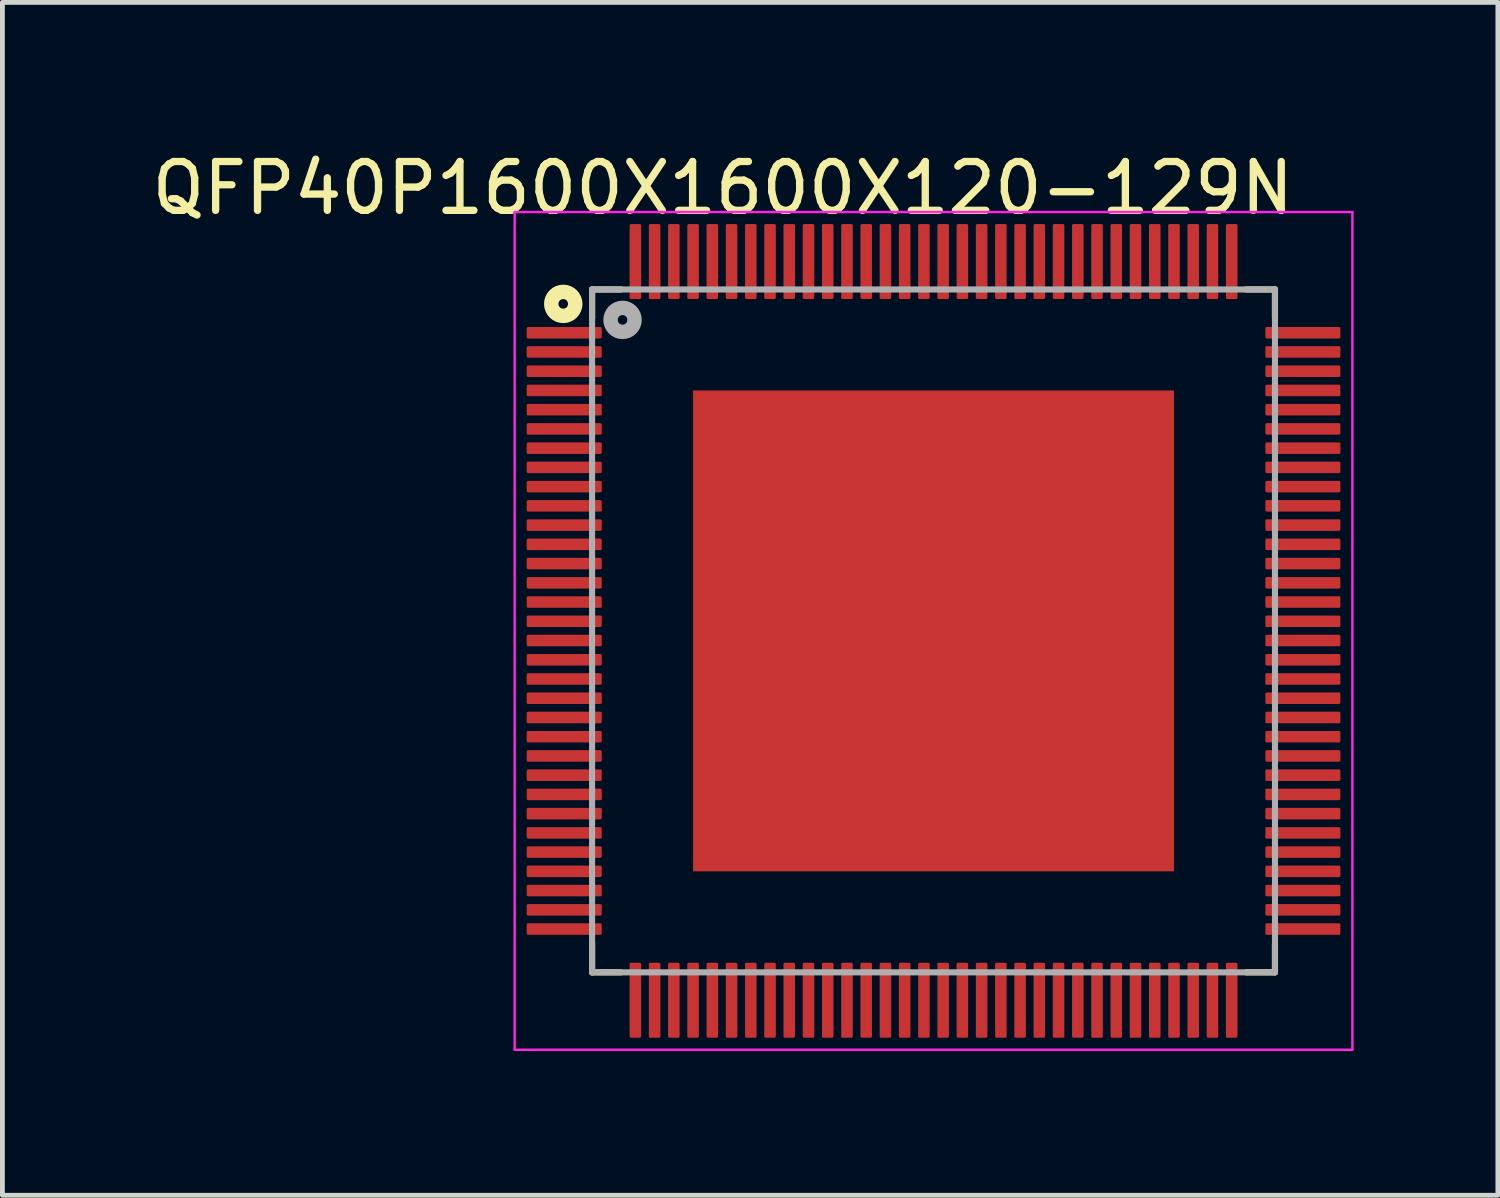
<source format=kicad_pcb>
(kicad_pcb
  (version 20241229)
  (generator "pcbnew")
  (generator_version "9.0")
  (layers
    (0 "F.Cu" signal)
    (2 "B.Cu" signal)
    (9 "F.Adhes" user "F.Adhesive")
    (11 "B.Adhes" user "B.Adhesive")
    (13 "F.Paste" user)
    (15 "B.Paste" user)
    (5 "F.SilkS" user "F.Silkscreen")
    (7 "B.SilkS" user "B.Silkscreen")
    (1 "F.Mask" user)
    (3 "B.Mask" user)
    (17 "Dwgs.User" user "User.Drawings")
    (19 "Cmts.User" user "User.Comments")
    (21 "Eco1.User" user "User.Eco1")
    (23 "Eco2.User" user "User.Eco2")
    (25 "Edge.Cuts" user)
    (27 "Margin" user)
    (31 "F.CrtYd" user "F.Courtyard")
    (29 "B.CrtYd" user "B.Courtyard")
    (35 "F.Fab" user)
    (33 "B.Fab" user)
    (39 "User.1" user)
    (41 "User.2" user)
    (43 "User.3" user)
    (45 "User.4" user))
  (footprint "QFP40P1600X1600X120-129N"
    (layer "F.Cu")
    (at 16.362 10.069)
    (property "Reference" "QFP40P1600X1600X120-129N" (at -4.381 -9.207 0) (layer "F.SilkS") (effects (font (size 1.016 1.016) (thickness 0.152))))
    (attr smd)
    (fp_line (start -7.1 -7.1) (end -7.1 -6.5) (stroke (width 0.127) (type solid)) (layer "F.SilkS"))
    (fp_line (start -7.1 -7.1) (end -6.5 -7.1) (stroke (width 0.127) (type solid)) (layer "F.SilkS"))
    (fp_line (start -7.1 7.1) (end -7.1 6.5) (stroke (width 0.127) (type solid)) (layer "F.SilkS"))
    (fp_line (start -7.1 7.1) (end -6.5 7.1) (stroke (width 0.127) (type solid)) (layer "F.SilkS"))
    (fp_line (start 7.1 -7.1) (end 6.5 -7.1) (stroke (width 0.127) (type solid)) (layer "F.SilkS"))
    (fp_line (start 7.1 -7.1) (end 7.1 -6.5) (stroke (width 0.127) (type solid)) (layer "F.SilkS"))
    (fp_line (start 7.1 7.1) (end 6.5 7.1) (stroke (width 0.127) (type solid)) (layer "F.SilkS"))
    (fp_line (start 7.1 7.1) (end 7.1 6.5) (stroke (width 0.127) (type solid)) (layer "F.SilkS"))
    (fp_circle (center -7.7 -6.8) (end -7.6 -6.8) (stroke (width 0.3) (type solid)) (fill no) (layer "F.SilkS"))
    (fp_poly (pts (xy -3.163 -3.162) (xy 3.162 -3.162) (xy 3.162 3.163) (xy -3.163 3.163)) (stroke (width 0.01) (type solid)) (fill yes) (layer "F.Paste"))
    (fp_line (start -8.71 -8.71) (end 8.71 -8.71) (stroke (width 0.05) (type solid)) (layer "F.CrtYd"))
    (fp_line (start -8.71 8.71) (end -8.71 -8.71) (stroke (width 0.05) (type solid)) (layer "F.CrtYd"))
    (fp_line (start -8.71 8.71) (end 8.71 8.71) (stroke (width 0.05) (type solid)) (layer "F.CrtYd"))
    (fp_line (start 8.71 8.71) (end 8.71 -8.71) (stroke (width 0.05) (type solid)) (layer "F.CrtYd"))
    (fp_line (start -7.1 -7.1) (end 7.1 -7.1) (stroke (width 0.127) (type solid)) (layer "F.Fab"))
    (fp_line (start -7.1 7.1) (end -7.1 -7.1) (stroke (width 0.127) (type solid)) (layer "F.Fab"))
    (fp_line (start -7.1 7.1) (end 7.1 7.1) (stroke (width 0.127) (type solid)) (layer "F.Fab"))
    (fp_line (start 7.1 7.1) (end 7.1 -7.1) (stroke (width 0.127) (type solid)) (layer "F.Fab"))
    (fp_circle (center -6.467 -6.467) (end -6.367 -6.467) (stroke (width 0.3) (type solid)) (fill no) (layer "F.Fab"))
    (pad "1" smd roundrect (at -7.68 -6.2) (size 1.56 0.24) (layers "F.Cu" "F.Mask" "F.Paste") (roundrect_rratio 0.125))
    (pad "2" smd roundrect (at -7.68 -5.8) (size 1.56 0.24) (layers "F.Cu" "F.Mask" "F.Paste") (roundrect_rratio 0.125))
    (pad "3" smd roundrect (at -7.68 -5.4) (size 1.56 0.24) (layers "F.Cu" "F.Mask" "F.Paste") (roundrect_rratio 0.125))
    (pad "4" smd roundrect (at -7.68 -5) (size 1.56 0.24) (layers "F.Cu" "F.Mask" "F.Paste") (roundrect_rratio 0.125))
    (pad "5" smd roundrect (at -7.68 -4.6) (size 1.56 0.24) (layers "F.Cu" "F.Mask" "F.Paste") (roundrect_rratio 0.125))
    (pad "6" smd roundrect (at -7.68 -4.2) (size 1.56 0.24) (layers "F.Cu" "F.Mask" "F.Paste") (roundrect_rratio 0.125))
    (pad "7" smd roundrect (at -7.68 -3.8) (size 1.56 0.24) (layers "F.Cu" "F.Mask" "F.Paste") (roundrect_rratio 0.125))
    (pad "8" smd roundrect (at -7.68 -3.4) (size 1.56 0.24) (layers "F.Cu" "F.Mask" "F.Paste") (roundrect_rratio 0.125))
    (pad "9" smd roundrect (at -7.68 -3) (size 1.56 0.24) (layers "F.Cu" "F.Mask" "F.Paste") (roundrect_rratio 0.125))
    (pad "10" smd roundrect (at -7.68 -2.6) (size 1.56 0.24) (layers "F.Cu" "F.Mask" "F.Paste") (roundrect_rratio 0.125))
    (pad "11" smd roundrect (at -7.68 -2.2) (size 1.56 0.24) (layers "F.Cu" "F.Mask" "F.Paste") (roundrect_rratio 0.125))
    (pad "12" smd roundrect (at -7.68 -1.8) (size 1.56 0.24) (layers "F.Cu" "F.Mask" "F.Paste") (roundrect_rratio 0.125))
    (pad "13" smd roundrect (at -7.68 -1.4) (size 1.56 0.24) (layers "F.Cu" "F.Mask" "F.Paste") (roundrect_rratio 0.125))
    (pad "14" smd roundrect (at -7.68 -1) (size 1.56 0.24) (layers "F.Cu" "F.Mask" "F.Paste") (roundrect_rratio 0.125))
    (pad "15" smd roundrect (at -7.68 -0.6) (size 1.56 0.24) (layers "F.Cu" "F.Mask" "F.Paste") (roundrect_rratio 0.125))
    (pad "16" smd roundrect (at -7.68 -0.2) (size 1.56 0.24) (layers "F.Cu" "F.Mask" "F.Paste") (roundrect_rratio 0.125))
    (pad "17" smd roundrect (at -7.68 0.2) (size 1.56 0.24) (layers "F.Cu" "F.Mask" "F.Paste") (roundrect_rratio 0.125))
    (pad "18" smd roundrect (at -7.68 0.6) (size 1.56 0.24) (layers "F.Cu" "F.Mask" "F.Paste") (roundrect_rratio 0.125))
    (pad "19" smd roundrect (at -7.68 1) (size 1.56 0.24) (layers "F.Cu" "F.Mask" "F.Paste") (roundrect_rratio 0.125))
    (pad "20" smd roundrect (at -7.68 1.4) (size 1.56 0.24) (layers "F.Cu" "F.Mask" "F.Paste") (roundrect_rratio 0.125))
    (pad "21" smd roundrect (at -7.68 1.8) (size 1.56 0.24) (layers "F.Cu" "F.Mask" "F.Paste") (roundrect_rratio 0.125))
    (pad "22" smd roundrect (at -7.68 2.2) (size 1.56 0.24) (layers "F.Cu" "F.Mask" "F.Paste") (roundrect_rratio 0.125))
    (pad "23" smd roundrect (at -7.68 2.6) (size 1.56 0.24) (layers "F.Cu" "F.Mask" "F.Paste") (roundrect_rratio 0.125))
    (pad "24" smd roundrect (at -7.68 3) (size 1.56 0.24) (layers "F.Cu" "F.Mask" "F.Paste") (roundrect_rratio 0.125))
    (pad "25" smd roundrect (at -7.68 3.4) (size 1.56 0.24) (layers "F.Cu" "F.Mask" "F.Paste") (roundrect_rratio 0.125))
    (pad "26" smd roundrect (at -7.68 3.8) (size 1.56 0.24) (layers "F.Cu" "F.Mask" "F.Paste") (roundrect_rratio 0.125))
    (pad "27" smd roundrect (at -7.68 4.2) (size 1.56 0.24) (layers "F.Cu" "F.Mask" "F.Paste") (roundrect_rratio 0.125))
    (pad "28" smd roundrect (at -7.68 4.6) (size 1.56 0.24) (layers "F.Cu" "F.Mask" "F.Paste") (roundrect_rratio 0.125))
    (pad "29" smd roundrect (at -7.68 5) (size 1.56 0.24) (layers "F.Cu" "F.Mask" "F.Paste") (roundrect_rratio 0.125))
    (pad "30" smd roundrect (at -7.68 5.4) (size 1.56 0.24) (layers "F.Cu" "F.Mask" "F.Paste") (roundrect_rratio 0.125))
    (pad "31" smd roundrect (at -7.68 5.8) (size 1.56 0.24) (layers "F.Cu" "F.Mask" "F.Paste") (roundrect_rratio 0.125))
    (pad "32" smd roundrect (at -7.68 6.2) (size 1.56 0.24) (layers "F.Cu" "F.Mask" "F.Paste") (roundrect_rratio 0.125))
    (pad "33" smd roundrect (at -6.2 7.68) (size 0.24 1.56) (layers "F.Cu" "F.Mask" "F.Paste") (roundrect_rratio 0.125))
    (pad "34" smd roundrect (at -5.8 7.68) (size 0.24 1.56) (layers "F.Cu" "F.Mask" "F.Paste") (roundrect_rratio 0.125))
    (pad "35" smd roundrect (at -5.4 7.68) (size 0.24 1.56) (layers "F.Cu" "F.Mask" "F.Paste") (roundrect_rratio 0.125))
    (pad "36" smd roundrect (at -5 7.68) (size 0.24 1.56) (layers "F.Cu" "F.Mask" "F.Paste") (roundrect_rratio 0.125))
    (pad "37" smd roundrect (at -4.6 7.68) (size 0.24 1.56) (layers "F.Cu" "F.Mask" "F.Paste") (roundrect_rratio 0.125))
    (pad "38" smd roundrect (at -4.2 7.68) (size 0.24 1.56) (layers "F.Cu" "F.Mask" "F.Paste") (roundrect_rratio 0.125))
    (pad "39" smd roundrect (at -3.8 7.68) (size 0.24 1.56) (layers "F.Cu" "F.Mask" "F.Paste") (roundrect_rratio 0.125))
    (pad "40" smd roundrect (at -3.4 7.68) (size 0.24 1.56) (layers "F.Cu" "F.Mask" "F.Paste") (roundrect_rratio 0.125))
    (pad "41" smd roundrect (at -3 7.68) (size 0.24 1.56) (layers "F.Cu" "F.Mask" "F.Paste") (roundrect_rratio 0.125))
    (pad "42" smd roundrect (at -2.6 7.68) (size 0.24 1.56) (layers "F.Cu" "F.Mask" "F.Paste") (roundrect_rratio 0.125))
    (pad "43" smd roundrect (at -2.2 7.68) (size 0.24 1.56) (layers "F.Cu" "F.Mask" "F.Paste") (roundrect_rratio 0.125))
    (pad "44" smd roundrect (at -1.8 7.68) (size 0.24 1.56) (layers "F.Cu" "F.Mask" "F.Paste") (roundrect_rratio 0.125))
    (pad "45" smd roundrect (at -1.4 7.68) (size 0.24 1.56) (layers "F.Cu" "F.Mask" "F.Paste") (roundrect_rratio 0.125))
    (pad "46" smd roundrect (at -1 7.68) (size 0.24 1.56) (layers "F.Cu" "F.Mask" "F.Paste") (roundrect_rratio 0.125))
    (pad "47" smd roundrect (at -0.6 7.68) (size 0.24 1.56) (layers "F.Cu" "F.Mask" "F.Paste") (roundrect_rratio 0.125))
    (pad "48" smd roundrect (at -0.2 7.68) (size 0.24 1.56) (layers "F.Cu" "F.Mask" "F.Paste") (roundrect_rratio 0.125))
    (pad "49" smd roundrect (at 0.2 7.68) (size 0.24 1.56) (layers "F.Cu" "F.Mask" "F.Paste") (roundrect_rratio 0.125))
    (pad "50" smd roundrect (at 0.6 7.68) (size 0.24 1.56) (layers "F.Cu" "F.Mask" "F.Paste") (roundrect_rratio 0.125))
    (pad "51" smd roundrect (at 1 7.68) (size 0.24 1.56) (layers "F.Cu" "F.Mask" "F.Paste") (roundrect_rratio 0.125))
    (pad "52" smd roundrect (at 1.4 7.68) (size 0.24 1.56) (layers "F.Cu" "F.Mask" "F.Paste") (roundrect_rratio 0.125))
    (pad "53" smd roundrect (at 1.8 7.68) (size 0.24 1.56) (layers "F.Cu" "F.Mask" "F.Paste") (roundrect_rratio 0.125))
    (pad "54" smd roundrect (at 2.2 7.68) (size 0.24 1.56) (layers "F.Cu" "F.Mask" "F.Paste") (roundrect_rratio 0.125))
    (pad "55" smd roundrect (at 2.6 7.68) (size 0.24 1.56) (layers "F.Cu" "F.Mask" "F.Paste") (roundrect_rratio 0.125))
    (pad "56" smd roundrect (at 3 7.68) (size 0.24 1.56) (layers "F.Cu" "F.Mask" "F.Paste") (roundrect_rratio 0.125))
    (pad "57" smd roundrect (at 3.4 7.68) (size 0.24 1.56) (layers "F.Cu" "F.Mask" "F.Paste") (roundrect_rratio 0.125))
    (pad "58" smd roundrect (at 3.8 7.68) (size 0.24 1.56) (layers "F.Cu" "F.Mask" "F.Paste") (roundrect_rratio 0.125))
    (pad "59" smd roundrect (at 4.2 7.68) (size 0.24 1.56) (layers "F.Cu" "F.Mask" "F.Paste") (roundrect_rratio 0.125))
    (pad "60" smd roundrect (at 4.6 7.68) (size 0.24 1.56) (layers "F.Cu" "F.Mask" "F.Paste") (roundrect_rratio 0.125))
    (pad "61" smd roundrect (at 5 7.68) (size 0.24 1.56) (layers "F.Cu" "F.Mask" "F.Paste") (roundrect_rratio 0.125))
    (pad "62" smd roundrect (at 5.4 7.68) (size 0.24 1.56) (layers "F.Cu" "F.Mask" "F.Paste") (roundrect_rratio 0.125))
    (pad "63" smd roundrect (at 5.8 7.68) (size 0.24 1.56) (layers "F.Cu" "F.Mask" "F.Paste") (roundrect_rratio 0.125))
    (pad "64" smd roundrect (at 6.2 7.68) (size 0.24 1.56) (layers "F.Cu" "F.Mask" "F.Paste") (roundrect_rratio 0.125))
    (pad "65" smd roundrect (at 7.68 6.2) (size 1.56 0.24) (layers "F.Cu" "F.Mask" "F.Paste") (roundrect_rratio 0.125))
    (pad "66" smd roundrect (at 7.68 5.8) (size 1.56 0.24) (layers "F.Cu" "F.Mask" "F.Paste") (roundrect_rratio 0.125))
    (pad "67" smd roundrect (at 7.68 5.4) (size 1.56 0.24) (layers "F.Cu" "F.Mask" "F.Paste") (roundrect_rratio 0.125))
    (pad "68" smd roundrect (at 7.68 5) (size 1.56 0.24) (layers "F.Cu" "F.Mask" "F.Paste") (roundrect_rratio 0.125))
    (pad "69" smd roundrect (at 7.68 4.6) (size 1.56 0.24) (layers "F.Cu" "F.Mask" "F.Paste") (roundrect_rratio 0.125))
    (pad "70" smd roundrect (at 7.68 4.2) (size 1.56 0.24) (layers "F.Cu" "F.Mask" "F.Paste") (roundrect_rratio 0.125))
    (pad "71" smd roundrect (at 7.68 3.8) (size 1.56 0.24) (layers "F.Cu" "F.Mask" "F.Paste") (roundrect_rratio 0.125))
    (pad "72" smd roundrect (at 7.68 3.4) (size 1.56 0.24) (layers "F.Cu" "F.Mask" "F.Paste") (roundrect_rratio 0.125))
    (pad "73" smd roundrect (at 7.68 3) (size 1.56 0.24) (layers "F.Cu" "F.Mask" "F.Paste") (roundrect_rratio 0.125))
    (pad "74" smd roundrect (at 7.68 2.6) (size 1.56 0.24) (layers "F.Cu" "F.Mask" "F.Paste") (roundrect_rratio 0.125))
    (pad "75" smd roundrect (at 7.68 2.2) (size 1.56 0.24) (layers "F.Cu" "F.Mask" "F.Paste") (roundrect_rratio 0.125))
    (pad "76" smd roundrect (at 7.68 1.8) (size 1.56 0.24) (layers "F.Cu" "F.Mask" "F.Paste") (roundrect_rratio 0.125))
    (pad "77" smd roundrect (at 7.68 1.4) (size 1.56 0.24) (layers "F.Cu" "F.Mask" "F.Paste") (roundrect_rratio 0.125))
    (pad "78" smd roundrect (at 7.68 1) (size 1.56 0.24) (layers "F.Cu" "F.Mask" "F.Paste") (roundrect_rratio 0.125))
    (pad "79" smd roundrect (at 7.68 0.6) (size 1.56 0.24) (layers "F.Cu" "F.Mask" "F.Paste") (roundrect_rratio 0.125))
    (pad "80" smd roundrect (at 7.68 0.2) (size 1.56 0.24) (layers "F.Cu" "F.Mask" "F.Paste") (roundrect_rratio 0.125))
    (pad "81" smd roundrect (at 7.68 -0.2) (size 1.56 0.24) (layers "F.Cu" "F.Mask" "F.Paste") (roundrect_rratio 0.125))
    (pad "82" smd roundrect (at 7.68 -0.6) (size 1.56 0.24) (layers "F.Cu" "F.Mask" "F.Paste") (roundrect_rratio 0.125))
    (pad "83" smd roundrect (at 7.68 -1) (size 1.56 0.24) (layers "F.Cu" "F.Mask" "F.Paste") (roundrect_rratio 0.125))
    (pad "84" smd roundrect (at 7.68 -1.4) (size 1.56 0.24) (layers "F.Cu" "F.Mask" "F.Paste") (roundrect_rratio 0.125))
    (pad "85" smd roundrect (at 7.68 -1.8) (size 1.56 0.24) (layers "F.Cu" "F.Mask" "F.Paste") (roundrect_rratio 0.125))
    (pad "86" smd roundrect (at 7.68 -2.2) (size 1.56 0.24) (layers "F.Cu" "F.Mask" "F.Paste") (roundrect_rratio 0.125))
    (pad "87" smd roundrect (at 7.68 -2.6) (size 1.56 0.24) (layers "F.Cu" "F.Mask" "F.Paste") (roundrect_rratio 0.125))
    (pad "88" smd roundrect (at 7.68 -3) (size 1.56 0.24) (layers "F.Cu" "F.Mask" "F.Paste") (roundrect_rratio 0.125))
    (pad "89" smd roundrect (at 7.68 -3.4) (size 1.56 0.24) (layers "F.Cu" "F.Mask" "F.Paste") (roundrect_rratio 0.125))
    (pad "90" smd roundrect (at 7.68 -3.8) (size 1.56 0.24) (layers "F.Cu" "F.Mask" "F.Paste") (roundrect_rratio 0.125))
    (pad "91" smd roundrect (at 7.68 -4.2) (size 1.56 0.24) (layers "F.Cu" "F.Mask" "F.Paste") (roundrect_rratio 0.125))
    (pad "92" smd roundrect (at 7.68 -4.6) (size 1.56 0.24) (layers "F.Cu" "F.Mask" "F.Paste") (roundrect_rratio 0.125))
    (pad "93" smd roundrect (at 7.68 -5) (size 1.56 0.24) (layers "F.Cu" "F.Mask" "F.Paste") (roundrect_rratio 0.125))
    (pad "94" smd roundrect (at 7.68 -5.4) (size 1.56 0.24) (layers "F.Cu" "F.Mask" "F.Paste") (roundrect_rratio 0.125))
    (pad "95" smd roundrect (at 7.68 -5.8) (size 1.56 0.24) (layers "F.Cu" "F.Mask" "F.Paste") (roundrect_rratio 0.125))
    (pad "96" smd roundrect (at 7.68 -6.2) (size 1.56 0.24) (layers "F.Cu" "F.Mask" "F.Paste") (roundrect_rratio 0.125))
    (pad "97" smd roundrect (at 6.2 -7.68) (size 0.24 1.56) (layers "F.Cu" "F.Mask" "F.Paste") (roundrect_rratio 0.125))
    (pad "98" smd roundrect (at 5.8 -7.68) (size 0.24 1.56) (layers "F.Cu" "F.Mask" "F.Paste") (roundrect_rratio 0.125))
    (pad "99" smd roundrect (at 5.4 -7.68) (size 0.24 1.56) (layers "F.Cu" "F.Mask" "F.Paste") (roundrect_rratio 0.125))
    (pad "100" smd roundrect (at 5 -7.68) (size 0.24 1.56) (layers "F.Cu" "F.Mask" "F.Paste") (roundrect_rratio 0.125))
    (pad "101" smd roundrect (at 4.6 -7.68) (size 0.24 1.56) (layers "F.Cu" "F.Mask" "F.Paste") (roundrect_rratio 0.125))
    (pad "102" smd roundrect (at 4.2 -7.68) (size 0.24 1.56) (layers "F.Cu" "F.Mask" "F.Paste") (roundrect_rratio 0.125))
    (pad "103" smd roundrect (at 3.8 -7.68) (size 0.24 1.56) (layers "F.Cu" "F.Mask" "F.Paste") (roundrect_rratio 0.125))
    (pad "104" smd roundrect (at 3.4 -7.68) (size 0.24 1.56) (layers "F.Cu" "F.Mask" "F.Paste") (roundrect_rratio 0.125))
    (pad "105" smd roundrect (at 3 -7.68) (size 0.24 1.56) (layers "F.Cu" "F.Mask" "F.Paste") (roundrect_rratio 0.125))
    (pad "106" smd roundrect (at 2.6 -7.68) (size 0.24 1.56) (layers "F.Cu" "F.Mask" "F.Paste") (roundrect_rratio 0.125))
    (pad "107" smd roundrect (at 2.2 -7.68) (size 0.24 1.56) (layers "F.Cu" "F.Mask" "F.Paste") (roundrect_rratio 0.125))
    (pad "108" smd roundrect (at 1.8 -7.68) (size 0.24 1.56) (layers "F.Cu" "F.Mask" "F.Paste") (roundrect_rratio 0.125))
    (pad "109" smd roundrect (at 1.4 -7.68) (size 0.24 1.56) (layers "F.Cu" "F.Mask" "F.Paste") (roundrect_rratio 0.125))
    (pad "110" smd roundrect (at 1 -7.68) (size 0.24 1.56) (layers "F.Cu" "F.Mask" "F.Paste") (roundrect_rratio 0.125))
    (pad "111" smd roundrect (at 0.6 -7.68) (size 0.24 1.56) (layers "F.Cu" "F.Mask" "F.Paste") (roundrect_rratio 0.125))
    (pad "112" smd roundrect (at 0.2 -7.68) (size 0.24 1.56) (layers "F.Cu" "F.Mask" "F.Paste") (roundrect_rratio 0.125))
    (pad "113" smd roundrect (at -0.2 -7.68) (size 0.24 1.56) (layers "F.Cu" "F.Mask" "F.Paste") (roundrect_rratio 0.125))
    (pad "114" smd roundrect (at -0.6 -7.68) (size 0.24 1.56) (layers "F.Cu" "F.Mask" "F.Paste") (roundrect_rratio 0.125))
    (pad "115" smd roundrect (at -1 -7.68) (size 0.24 1.56) (layers "F.Cu" "F.Mask" "F.Paste") (roundrect_rratio 0.125))
    (pad "116" smd roundrect (at -1.4 -7.68) (size 0.24 1.56) (layers "F.Cu" "F.Mask" "F.Paste") (roundrect_rratio 0.125))
    (pad "117" smd roundrect (at -1.8 -7.68) (size 0.24 1.56) (layers "F.Cu" "F.Mask" "F.Paste") (roundrect_rratio 0.125))
    (pad "118" smd roundrect (at -2.2 -7.68) (size 0.24 1.56) (layers "F.Cu" "F.Mask" "F.Paste") (roundrect_rratio 0.125))
    (pad "119" smd roundrect (at -2.6 -7.68) (size 0.24 1.56) (layers "F.Cu" "F.Mask" "F.Paste") (roundrect_rratio 0.125))
    (pad "120" smd roundrect (at -3 -7.68) (size 0.24 1.56) (layers "F.Cu" "F.Mask" "F.Paste") (roundrect_rratio 0.125))
    (pad "121" smd roundrect (at -3.4 -7.68) (size 0.24 1.56) (layers "F.Cu" "F.Mask" "F.Paste") (roundrect_rratio 0.125))
    (pad "122" smd roundrect (at -3.8 -7.68) (size 0.24 1.56) (layers "F.Cu" "F.Mask" "F.Paste") (roundrect_rratio 0.125))
    (pad "123" smd roundrect (at -4.2 -7.68) (size 0.24 1.56) (layers "F.Cu" "F.Mask" "F.Paste") (roundrect_rratio 0.125))
    (pad "124" smd roundrect (at -4.6 -7.68) (size 0.24 1.56) (layers "F.Cu" "F.Mask" "F.Paste") (roundrect_rratio 0.125))
    (pad "125" smd roundrect (at -5 -7.68) (size 0.24 1.56) (layers "F.Cu" "F.Mask" "F.Paste") (roundrect_rratio 0.125))
    (pad "126" smd roundrect (at -5.4 -7.68) (size 0.24 1.56) (layers "F.Cu" "F.Mask" "F.Paste") (roundrect_rratio 0.125))
    (pad "127" smd roundrect (at -5.8 -7.68) (size 0.24 1.56) (layers "F.Cu" "F.Mask" "F.Paste") (roundrect_rratio 0.125))
    (pad "128" smd roundrect (at -6.2 -7.68) (size 0.24 1.56) (layers "F.Cu" "F.Mask" "F.Paste") (roundrect_rratio 0.125))
    (pad "129" smd rect (at 0 0) (size 10 10) (layers "F.Cu" "F.Mask")))
  (gr_rect
    (start -3 -3)
    (end 28.097 21.804)
    (stroke (width 0.1) (type default))
    (fill no)
    (layer "Edge.Cuts")))
</source>
